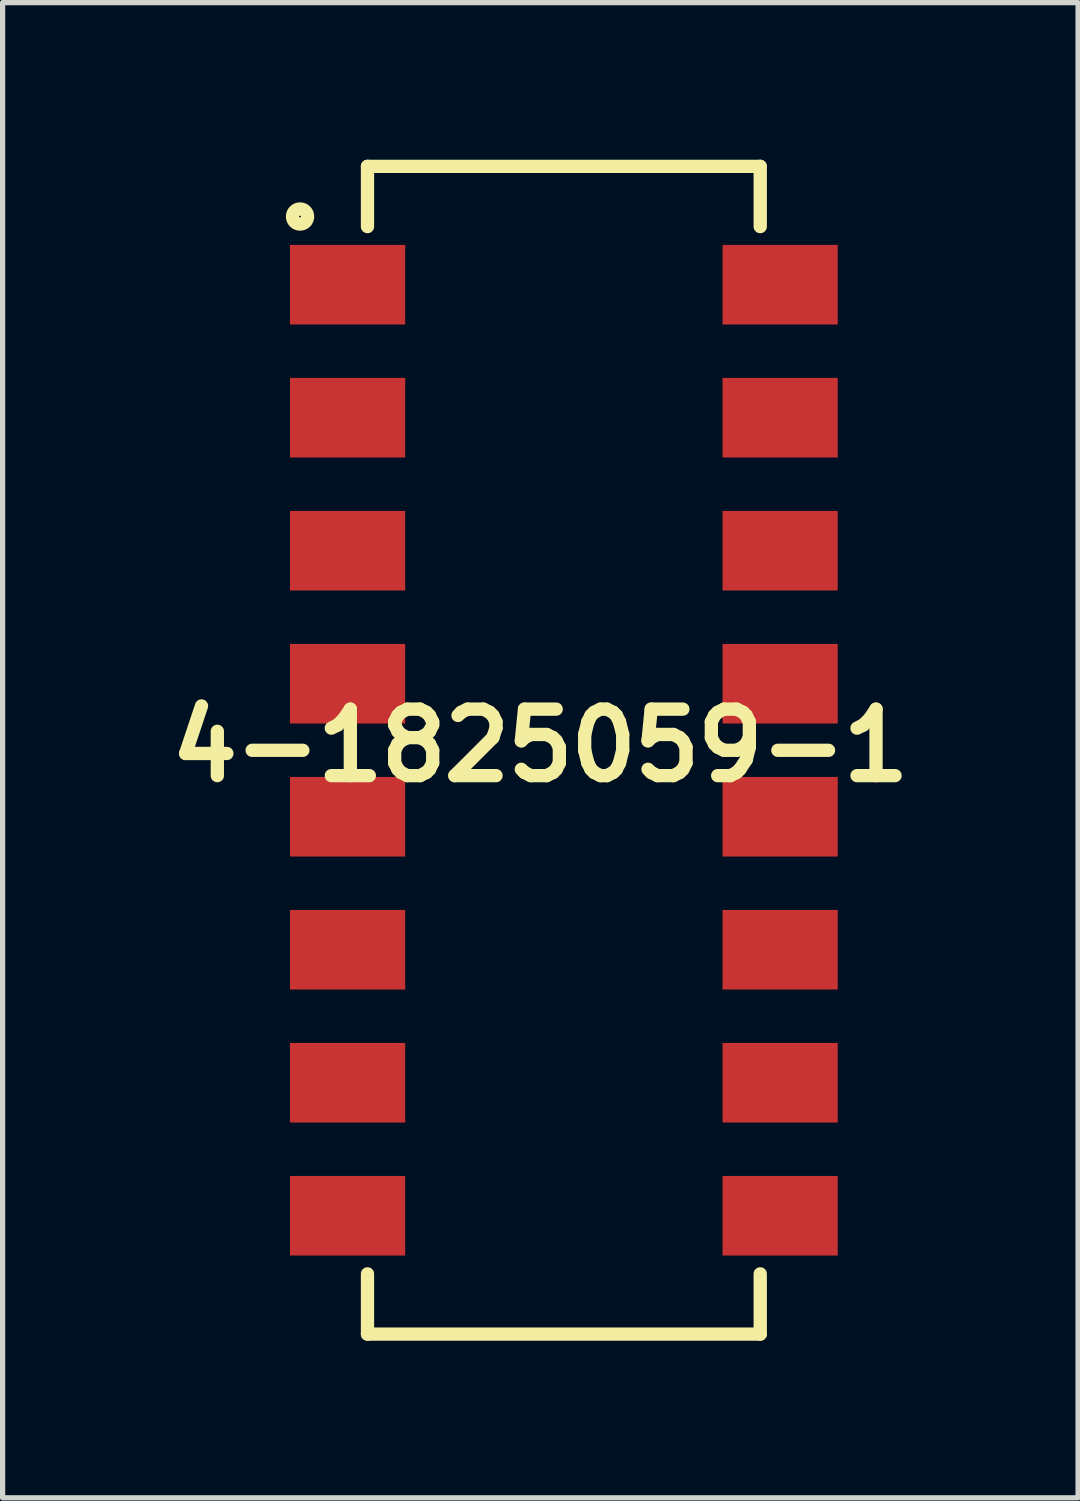
<source format=kicad_pcb>
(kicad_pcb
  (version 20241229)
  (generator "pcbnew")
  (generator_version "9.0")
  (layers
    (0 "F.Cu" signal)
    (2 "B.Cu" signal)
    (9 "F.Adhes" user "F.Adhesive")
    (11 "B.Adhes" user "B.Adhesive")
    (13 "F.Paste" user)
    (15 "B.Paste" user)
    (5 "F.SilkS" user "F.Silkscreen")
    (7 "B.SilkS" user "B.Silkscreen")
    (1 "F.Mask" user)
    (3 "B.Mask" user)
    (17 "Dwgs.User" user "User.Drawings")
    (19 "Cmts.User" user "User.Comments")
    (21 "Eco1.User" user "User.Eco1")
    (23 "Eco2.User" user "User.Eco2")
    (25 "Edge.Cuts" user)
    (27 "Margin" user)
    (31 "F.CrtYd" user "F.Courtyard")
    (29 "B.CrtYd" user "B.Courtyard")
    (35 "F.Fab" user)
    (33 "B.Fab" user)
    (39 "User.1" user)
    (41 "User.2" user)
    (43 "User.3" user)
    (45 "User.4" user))
  (footprint "4-1825059-1"
    (layer "F.Cu")
    (at 7.718 11.277)
    (property "Reference" "4-1825059-1" (at -0.449 -0.089 0) (layer "F.SilkS") (effects (font (size 1.27 1.27) (thickness 0.254))))
    (attr smd)
    (fp_line (start -3.75 -11.15) (end -3.75 -10) (stroke (width 0.254) (type solid)) (layer "F.SilkS"))
    (fp_line (start -3.75 -11.15) (end 3.75 -11.15) (stroke (width 0.254) (type solid)) (layer "F.SilkS"))
    (fp_line (start -3.75 11.15) (end -3.75 10) (stroke (width 0.254) (type solid)) (layer "F.SilkS"))
    (fp_line (start 3.75 -11.15) (end 3.75 -10) (stroke (width 0.254) (type solid)) (layer "F.SilkS"))
    (fp_line (start 3.75 11.15) (end -3.75 11.15) (stroke (width 0.254) (type solid)) (layer "F.SilkS"))
    (fp_line (start 3.75 11.15) (end 3.75 10) (stroke (width 0.254) (type solid)) (layer "F.SilkS"))
    (fp_circle (center -5.038 -10.192) (end -5.182 -10.192) (stroke (width 0.254) (type solid)) (fill no) (layer "F.SilkS"))
    (pad "1" smd rect (at -4.13 -8.89 90) (size 1.52 2.2) (layers "F.Cu" "F.Mask" "F.Paste"))
    (pad "2" smd rect (at -4.13 -6.35 90) (size 1.52 2.2) (layers "F.Cu" "F.Mask" "F.Paste"))
    (pad "3" smd rect (at -4.13 -3.81 90) (size 1.52 2.2) (layers "F.Cu" "F.Mask" "F.Paste"))
    (pad "4" smd rect (at -4.13 -1.27 90) (size 1.52 2.2) (layers "F.Cu" "F.Mask" "F.Paste"))
    (pad "5" smd rect (at -4.13 1.27 90) (size 1.52 2.2) (layers "F.Cu" "F.Mask" "F.Paste"))
    (pad "6" smd rect (at -4.13 3.81 90) (size 1.52 2.2) (layers "F.Cu" "F.Mask" "F.Paste"))
    (pad "7" smd rect (at -4.13 6.35 90) (size 1.52 2.2) (layers "F.Cu" "F.Mask" "F.Paste"))
    (pad "8" smd rect (at -4.13 8.89 90) (size 1.52 2.2) (layers "F.Cu" "F.Mask" "F.Paste"))
    (pad "9" smd rect (at 4.13 -8.89 90) (size 1.52 2.2) (layers "F.Cu" "F.Mask" "F.Paste"))
    (pad "10" smd rect (at 4.13 -6.35 90) (size 1.52 2.2) (layers "F.Cu" "F.Mask" "F.Paste"))
    (pad "11" smd rect (at 4.13 -3.81 90) (size 1.52 2.2) (layers "F.Cu" "F.Mask" "F.Paste"))
    (pad "12" smd rect (at 4.13 -1.27 90) (size 1.52 2.2) (layers "F.Cu" "F.Mask" "F.Paste"))
    (pad "13" smd rect (at 4.13 1.27 90) (size 1.52 2.2) (layers "F.Cu" "F.Mask" "F.Paste"))
    (pad "14" smd rect (at 4.13 3.81 90) (size 1.52 2.2) (layers "F.Cu" "F.Mask" "F.Paste"))
    (pad "15" smd rect (at 4.13 6.35 90) (size 1.52 2.2) (layers "F.Cu" "F.Mask" "F.Paste"))
    (pad "16" smd rect (at 4.13 8.89 90) (size 1.52 2.2) (layers "F.Cu" "F.Mask" "F.Paste")))
  (gr_rect
    (start -3 -3)
    (end 17.538 25.554)
    (stroke (width 0.1) (type default))
    (fill no)
    (layer "Edge.Cuts")))
</source>
